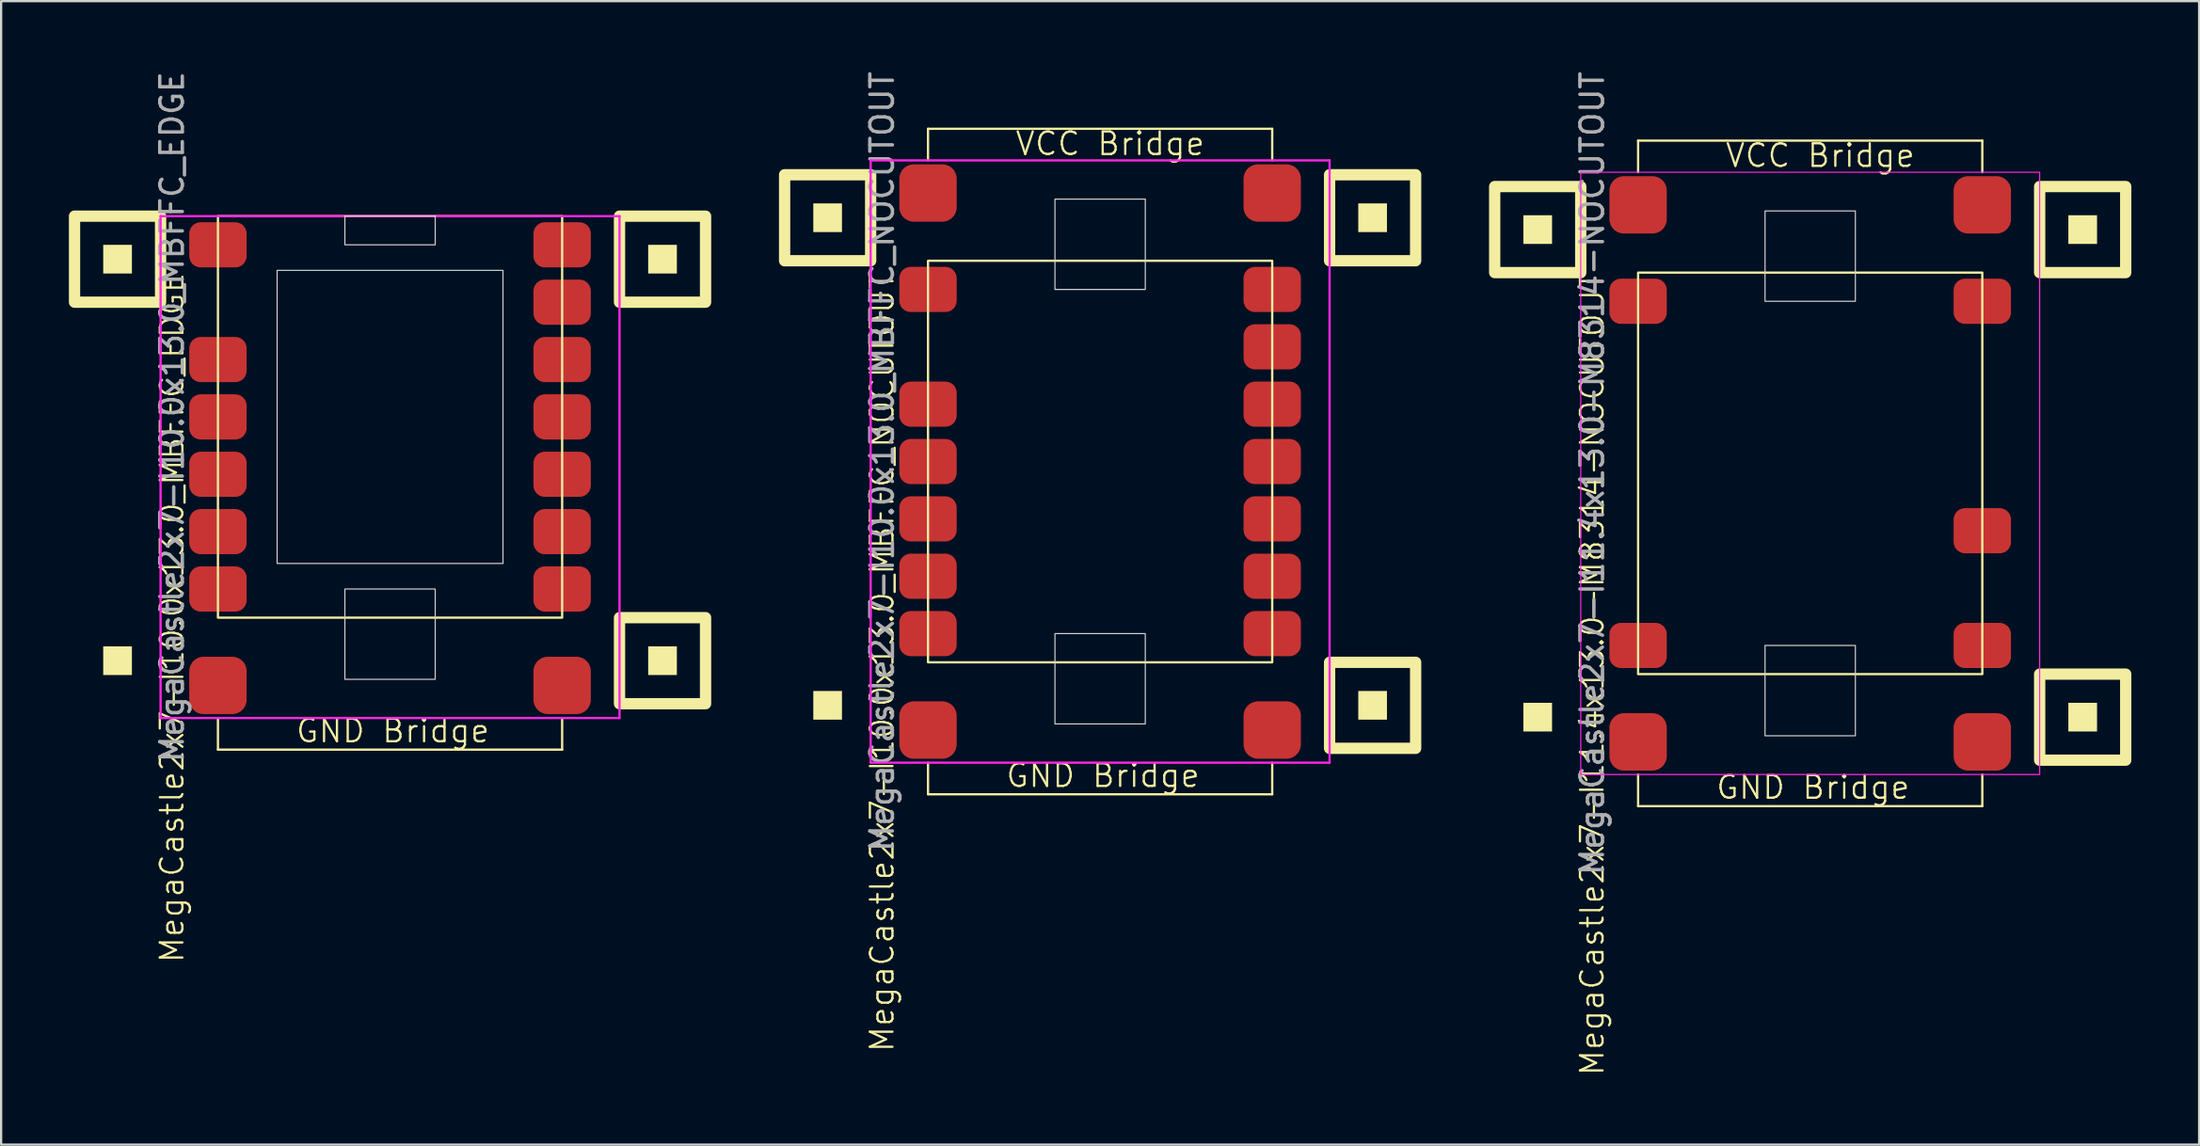
<source format=kicad_pcb>
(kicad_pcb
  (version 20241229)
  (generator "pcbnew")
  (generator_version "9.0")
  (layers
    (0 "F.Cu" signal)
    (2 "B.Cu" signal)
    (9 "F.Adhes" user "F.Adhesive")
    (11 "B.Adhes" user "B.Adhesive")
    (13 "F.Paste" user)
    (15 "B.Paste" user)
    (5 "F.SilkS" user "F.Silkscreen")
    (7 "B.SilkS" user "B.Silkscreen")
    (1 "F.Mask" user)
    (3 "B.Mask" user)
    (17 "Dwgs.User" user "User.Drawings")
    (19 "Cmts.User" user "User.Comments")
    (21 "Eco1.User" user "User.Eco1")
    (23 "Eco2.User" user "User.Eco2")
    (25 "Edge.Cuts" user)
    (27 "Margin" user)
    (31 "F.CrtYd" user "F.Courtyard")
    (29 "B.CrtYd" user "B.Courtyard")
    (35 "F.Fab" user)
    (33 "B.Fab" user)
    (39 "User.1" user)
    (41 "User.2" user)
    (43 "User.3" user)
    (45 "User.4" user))
  (footprint "MegaCastle2x7-I11.4x13.0-M8314-NOCUTOUT"
    (layer "F.Cu")
    (at 77.1 17.911)
    (property "Reference" "MegaCastle2x7-I11.4x13.0-M8314-NOCUTOUT" (at -9.652 8.89 90) (unlocked yes) (layer "F.SilkS") (effects (font (size 1 1) (thickness 0.1))))
    (attr smd)
    (fp_line (start -7.62 -14.735) (end 7.62 -14.735) (stroke (width 0.1) (type default)) (layer "F.SilkS"))
    (fp_line (start -7.62 -13.335) (end -7.62 -14.735) (stroke (width 0.1) (type default)) (layer "F.SilkS"))
    (fp_line (start -7.62 13.335) (end -7.62 14.735) (stroke (width 0.1) (type default)) (layer "F.SilkS"))
    (fp_line (start -7.62 14.735) (end 7.62 14.735) (stroke (width 0.1) (type default)) (layer "F.SilkS"))
    (fp_line (start 7.62 -13.335) (end 7.62 -14.735) (stroke (width 0.1) (type default)) (layer "F.SilkS"))
    (fp_line (start 7.62 13.335) (end 7.62 14.735) (stroke (width 0.1) (type default)) (layer "F.SilkS"))
    (fp_rect (start -11.43 -10.16) (end -12.7 -11.43) (stroke (width 0) (type solid)) (fill yes) (layer "F.SilkS"))
    (fp_rect (start -11.43 11.43) (end -12.7 10.16) (stroke (width 0) (type solid)) (fill yes) (layer "F.SilkS"))
    (fp_rect (start -10.16 -8.89) (end -13.97 -12.7) (stroke (width 0.5) (type default)) (fill no) (layer "F.SilkS"))
    (fp_rect (start -7.62 -8.89) (end 7.62 8.89) (stroke (width 0.1) (type default)) (fill no) (layer "F.SilkS"))
    (fp_rect (start 12.7 -10.16) (end 11.43 -11.43) (stroke (width 0) (type solid)) (fill yes) (layer "F.SilkS"))
    (fp_rect (start 12.7 11.43) (end 11.43 10.16) (stroke (width 0) (type solid)) (fill yes) (layer "F.SilkS"))
    (fp_rect (start 13.97 -8.89) (end 10.16 -12.7) (stroke (width 0.5) (type default)) (fill no) (layer "F.SilkS"))
    (fp_rect (start 13.97 12.7) (end 10.16 8.89) (stroke (width 0.5) (type default)) (fill no) (layer "F.SilkS"))
    (fp_rect (start -2 -7.62) (end 2 -11.62) (stroke (width 0.05) (type default)) (fill no) (layer "Edge.Cuts"))
    (fp_rect (start -2 7.62) (end 2 11.62) (stroke (width 0.05) (type default)) (fill no) (layer "Edge.Cuts"))
    (fp_line (start -10.16 -13.335) (end -10.16 13.335) (stroke (width 0.05) (type default)) (layer "F.CrtYd"))
    (fp_line (start -10.16 13.335) (end 10.16 13.335) (stroke (width 0.05) (type default)) (layer "F.CrtYd"))
    (fp_line (start 10.16 -13.335) (end -10.16 -13.335) (stroke (width 0.05) (type default)) (layer "F.CrtYd"))
    (fp_line (start 10.16 -13.335) (end 10.16 13.335) (stroke (width 0.05) (type default)) (layer "F.CrtYd"))
    (fp_text user "GND Bridge" (at -4.226 14.49 0) (unlocked yes) (layer "F.SilkS") (effects (font (size 1 1) (thickness 0.1)) (justify left bottom)))
    (fp_text user "VCC Bridge" (at -3.81 -13.49 0) (unlocked yes) (layer "F.SilkS") (effects (font (size 1 1) (thickness 0.1)) (justify left bottom)))
    (fp_text user "${REFERENCE}" (at -9.652 0 90) (unlocked yes) (layer "F.Fab") (effects (font (size 1 1) (thickness 0.15))))
    (pad "1" smd roundrect (at -7.62 -7.62) (size 2.54 2) (layers "F.Cu" "F.Mask" "F.Paste") (roundrect_rratio 0.25))
    (pad "7" smd roundrect (at -7.62 7.62) (size 2.54 2) (layers "F.Cu" "F.Mask" "F.Paste") (roundrect_rratio 0.25))
    (pad "8" smd roundrect (at 7.62 -7.62) (size 2.54 2) (layers "F.Cu" "F.Mask" "F.Paste") (roundrect_rratio 0.25))
    (pad "12" smd roundrect (at 7.62 2.54) (size 2.54 2) (layers "F.Cu" "F.Mask" "F.Paste") (roundrect_rratio 0.25))
    (pad "14" smd roundrect (at 7.62 7.62) (size 2.54 2) (layers "F.Cu" "F.Mask" "F.Paste") (roundrect_rratio 0.25))
    (pad "A1" smd roundrect (at -7.62 -11.89) (size 2.54 2.54) (layers "F.Cu" "F.Mask" "F.Paste") (roundrect_rratio 0.25))
    (pad "A2" smd roundrect (at 7.62 -11.89) (size 2.54 2.54) (layers "F.Cu" "F.Mask" "F.Paste") (roundrect_rratio 0.25))
    (pad "B1" smd roundrect (at -7.62 11.89) (size 2.54 2.54) (layers "F.Cu" "F.Mask" "F.Paste") (roundrect_rratio 0.25))
    (pad "B2" smd roundrect (at 7.62 11.89) (size 2.54 2.54) (layers "F.Cu" "F.Mask" "F.Paste") (roundrect_rratio 0.25)))
  (footprint "MegaCastle2x7-I10.0x13.0_MBFFC_EDGE"
    (layer "F.Cu")
    (at 14.22 15.411)
    (property "Reference" "MegaCastle2x7-I10.0x13.0_MBFFC_EDGE" (at -9.652 8.89 90) (unlocked yes) (layer "F.SilkS") (effects (font (size 1 1) (thickness 0.1))))
    (attr smd)
    (fp_line (start -7.62 13.335) (end -7.62 14.735) (stroke (width 0.1) (type default)) (layer "F.SilkS"))
    (fp_line (start -7.62 14.735) (end 7.62 14.735) (stroke (width 0.1) (type default)) (layer "F.SilkS"))
    (fp_line (start 7.62 13.335) (end 7.62 14.735) (stroke (width 0.1) (type default)) (layer "F.SilkS"))
    (fp_rect (start -11.43 -6.35) (end -12.7 -7.62) (stroke (width 0) (type solid)) (fill yes) (layer "F.SilkS"))
    (fp_rect (start -11.43 11.43) (end -12.7 10.16) (stroke (width 0) (type solid)) (fill yes) (layer "F.SilkS"))
    (fp_rect (start -10.16 -5.08) (end -13.97 -8.89) (stroke (width 0.5) (type default)) (fill no) (layer "F.SilkS"))
    (fp_rect (start -7.62 -8.89) (end 7.62 8.89) (stroke (width 0.1) (type default)) (fill no) (layer "F.SilkS"))
    (fp_rect (start 12.7 -6.35) (end 11.43 -7.62) (stroke (width 0) (type solid)) (fill yes) (layer "F.SilkS"))
    (fp_rect (start 12.7 11.43) (end 11.43 10.16) (stroke (width 0) (type solid)) (fill yes) (layer "F.SilkS"))
    (fp_rect (start 13.97 -5.08) (end 10.16 -8.89) (stroke (width 0.5) (type default)) (fill no) (layer "F.SilkS"))
    (fp_rect (start 13.97 12.7) (end 10.16 8.89) (stroke (width 0.5) (type default)) (fill no) (layer "F.SilkS"))
    (fp_rect (start -5 -6.49) (end 5 6.49) (stroke (width 0.05) (type default)) (fill no) (layer "Edge.Cuts"))
    (fp_rect (start -2 -7.62) (end 2 -8.89) (stroke (width 0.05) (type default)) (fill no) (layer "Edge.Cuts"))
    (fp_rect (start -2 7.62) (end 2 11.62) (stroke (width 0.05) (type default)) (fill no) (layer "Edge.Cuts"))
    (fp_line (start -10.16 -8.89) (end -10.16 13.335) (stroke (width 0.1) (type default)) (layer "F.CrtYd"))
    (fp_line (start -10.16 13.335) (end 10.16 13.335) (stroke (width 0.1) (type default)) (layer "F.CrtYd"))
    (fp_line (start 10.16 -8.89) (end -10.16 -8.89) (stroke (width 0.1) (type default)) (layer "F.CrtYd"))
    (fp_line (start 10.16 -8.89) (end 10.16 13.335) (stroke (width 0.1) (type default)) (layer "F.CrtYd"))
    (fp_text user "GND Bridge" (at -4.226 14.49 0) (unlocked yes) (layer "F.SilkS") (effects (font (size 1 1) (thickness 0.1)) (justify left bottom)))
    (fp_text user "${REFERENCE}" (at -9.652 0 90) (unlocked yes) (layer "F.Fab") (effects (font (size 1 1) (thickness 0.15))))
    (pad "1" smd roundrect (at -7.62 -7.62) (size 2.54 2) (layers "F.Cu" "F.Mask" "F.Paste") (roundrect_rratio 0.25))
    (pad "3" smd roundrect (at -7.62 -2.54) (size 2.54 2) (layers "F.Cu" "F.Mask" "F.Paste") (roundrect_rratio 0.25))
    (pad "4" smd roundrect (at -7.62 0) (size 2.54 2) (layers "F.Cu" "F.Mask" "F.Paste") (roundrect_rratio 0.25))
    (pad "5" smd roundrect (at -7.62 2.54) (size 2.54 2) (layers "F.Cu" "F.Mask" "F.Paste") (roundrect_rratio 0.25))
    (pad "6" smd roundrect (at -7.62 5.08) (size 2.54 2) (layers "F.Cu" "F.Mask" "F.Paste") (roundrect_rratio 0.25))
    (pad "7" smd roundrect (at -7.62 7.62) (size 2.54 2) (layers "F.Cu" "F.Mask" "F.Paste") (roundrect_rratio 0.25))
    (pad "8" smd roundrect (at 7.62 -7.62) (size 2.54 2) (layers "F.Cu" "F.Mask" "F.Paste") (roundrect_rratio 0.25))
    (pad "9" smd roundrect (at 7.62 -5.08) (size 2.54 2) (layers "F.Cu" "F.Mask" "F.Paste") (roundrect_rratio 0.25))
    (pad "10" smd roundrect (at 7.62 -2.54) (size 2.54 2) (layers "F.Cu" "F.Mask" "F.Paste") (roundrect_rratio 0.25))
    (pad "11" smd roundrect (at 7.62 0) (size 2.54 2) (layers "F.Cu" "F.Mask" "F.Paste") (roundrect_rratio 0.25))
    (pad "12" smd roundrect (at 7.62 2.54) (size 2.54 2) (layers "F.Cu" "F.Mask" "F.Paste") (roundrect_rratio 0.25))
    (pad "13" smd roundrect (at 7.62 5.08) (size 2.54 2) (layers "F.Cu" "F.Mask" "F.Paste") (roundrect_rratio 0.25))
    (pad "14" smd roundrect (at 7.62 7.62) (size 2.54 2) (layers "F.Cu" "F.Mask" "F.Paste") (roundrect_rratio 0.25))
    (pad "B1" smd roundrect (at -7.62 11.89) (size 2.54 2.54) (layers "F.Cu" "F.Mask" "F.Paste") (roundrect_rratio 0.25))
    (pad "B2" smd roundrect (at 7.62 11.89) (size 2.54 2.54) (layers "F.Cu" "F.Mask" "F.Paste") (roundrect_rratio 0.25)))
  (footprint "MegaCastle2x7-I10.0x13.0_MBFFC_NOCUTOUT"
    (layer "F.Cu")
    (at 45.66 17.387)
    (property "Reference" "MegaCastle2x7-I10.0x13.0_MBFFC_NOCUTOUT" (at -9.652 8.89 90) (unlocked yes) (layer "F.SilkS") (effects (font (size 1 1) (thickness 0.1))))
    (attr smd)
    (fp_line (start -7.62 -14.735) (end 7.62 -14.735) (stroke (width 0.1) (type default)) (layer "F.SilkS"))
    (fp_line (start -7.62 -13.335) (end -7.62 -14.735) (stroke (width 0.1) (type default)) (layer "F.SilkS"))
    (fp_line (start -7.62 13.335) (end -7.62 14.735) (stroke (width 0.1) (type default)) (layer "F.SilkS"))
    (fp_line (start -7.62 14.735) (end 7.62 14.735) (stroke (width 0.1) (type default)) (layer "F.SilkS"))
    (fp_line (start 7.62 -13.335) (end 7.62 -14.735) (stroke (width 0.1) (type default)) (layer "F.SilkS"))
    (fp_line (start 7.62 13.335) (end 7.62 14.735) (stroke (width 0.1) (type default)) (layer "F.SilkS"))
    (fp_rect (start -11.43 -10.16) (end -12.7 -11.43) (stroke (width 0) (type solid)) (fill yes) (layer "F.SilkS"))
    (fp_rect (start -11.43 11.43) (end -12.7 10.16) (stroke (width 0) (type solid)) (fill yes) (layer "F.SilkS"))
    (fp_rect (start -10.16 -8.89) (end -13.97 -12.7) (stroke (width 0.5) (type default)) (fill no) (layer "F.SilkS"))
    (fp_rect (start -7.62 -8.89) (end 7.62 8.89) (stroke (width 0.1) (type default)) (fill no) (layer "F.SilkS"))
    (fp_rect (start 12.7 -10.16) (end 11.43 -11.43) (stroke (width 0) (type solid)) (fill yes) (layer "F.SilkS"))
    (fp_rect (start 12.7 11.43) (end 11.43 10.16) (stroke (width 0) (type solid)) (fill yes) (layer "F.SilkS"))
    (fp_rect (start 13.97 -8.89) (end 10.16 -12.7) (stroke (width 0.5) (type default)) (fill no) (layer "F.SilkS"))
    (fp_rect (start 13.97 12.7) (end 10.16 8.89) (stroke (width 0.5) (type default)) (fill no) (layer "F.SilkS"))
    (fp_rect (start -2 -7.62) (end 2 -11.62) (stroke (width 0.05) (type default)) (fill no) (layer "Edge.Cuts"))
    (fp_rect (start -2 7.62) (end 2 11.62) (stroke (width 0.05) (type default)) (fill no) (layer "Edge.Cuts"))
    (fp_line (start -10.16 -13.335) (end -10.16 13.335) (stroke (width 0.1) (type default)) (layer "F.CrtYd"))
    (fp_line (start -10.16 13.335) (end 10.16 13.335) (stroke (width 0.1) (type default)) (layer "F.CrtYd"))
    (fp_line (start 10.16 -13.335) (end -10.16 -13.335) (stroke (width 0.1) (type default)) (layer "F.CrtYd"))
    (fp_line (start 10.16 -13.335) (end 10.16 13.335) (stroke (width 0.1) (type default)) (layer "F.CrtYd"))
    (fp_text user "VCC Bridge" (at -3.81 -13.49 0) (unlocked yes) (layer "F.SilkS") (effects (font (size 1 1) (thickness 0.1)) (justify left bottom)))
    (fp_text user "GND Bridge" (at -4.226 14.49 0) (unlocked yes) (layer "F.SilkS") (effects (font (size 1 1) (thickness 0.1)) (justify left bottom)))
    (fp_text user "${REFERENCE}" (at -9.652 0 90) (unlocked yes) (layer "F.Fab") (effects (font (size 1 1) (thickness 0.15))))
    (pad "1" smd roundrect (at -7.62 -7.62) (size 2.54 2) (layers "F.Cu" "F.Mask" "F.Paste") (roundrect_rratio 0.25))
    (pad "3" smd roundrect (at -7.62 -2.54) (size 2.54 2) (layers "F.Cu" "F.Mask" "F.Paste") (roundrect_rratio 0.25))
    (pad "4" smd roundrect (at -7.62 0) (size 2.54 2) (layers "F.Cu" "F.Mask" "F.Paste") (roundrect_rratio 0.25))
    (pad "5" smd roundrect (at -7.62 2.54) (size 2.54 2) (layers "F.Cu" "F.Mask" "F.Paste") (roundrect_rratio 0.25))
    (pad "6" smd roundrect (at -7.62 5.08) (size 2.54 2) (layers "F.Cu" "F.Mask" "F.Paste") (roundrect_rratio 0.25))
    (pad "7" smd roundrect (at -7.62 7.62) (size 2.54 2) (layers "F.Cu" "F.Mask" "F.Paste") (roundrect_rratio 0.25))
    (pad "8" smd roundrect (at 7.62 -7.62) (size 2.54 2) (layers "F.Cu" "F.Mask" "F.Paste") (roundrect_rratio 0.25))
    (pad "9" smd roundrect (at 7.62 -5.08) (size 2.54 2) (layers "F.Cu" "F.Mask" "F.Paste") (roundrect_rratio 0.25))
    (pad "10" smd roundrect (at 7.62 -2.54) (size 2.54 2) (layers "F.Cu" "F.Mask" "F.Paste") (roundrect_rratio 0.25))
    (pad "11" smd roundrect (at 7.62 0) (size 2.54 2) (layers "F.Cu" "F.Mask" "F.Paste") (roundrect_rratio 0.25))
    (pad "12" smd roundrect (at 7.62 2.54) (size 2.54 2) (layers "F.Cu" "F.Mask" "F.Paste") (roundrect_rratio 0.25))
    (pad "13" smd roundrect (at 7.62 5.08) (size 2.54 2) (layers "F.Cu" "F.Mask" "F.Paste") (roundrect_rratio 0.25))
    (pad "14" smd roundrect (at 7.62 7.62) (size 2.54 2) (layers "F.Cu" "F.Mask" "F.Paste") (roundrect_rratio 0.25))
    (pad "A1" smd roundrect (at -7.62 -11.89) (size 2.54 2.54) (layers "F.Cu" "F.Mask" "F.Paste") (roundrect_rratio 0.25))
    (pad "A2" smd roundrect (at 7.62 -11.89) (size 2.54 2.54) (layers "F.Cu" "F.Mask" "F.Paste") (roundrect_rratio 0.25))
    (pad "B1" smd roundrect (at -7.62 11.89) (size 2.54 2.54) (layers "F.Cu" "F.Mask" "F.Paste") (roundrect_rratio 0.25))
    (pad "B2" smd roundrect (at 7.62 11.89) (size 2.54 2.54) (layers "F.Cu" "F.Mask" "F.Paste") (roundrect_rratio 0.25)))
  (gr_rect
    (start -3 -3)
    (end 94.32 47.636)
    (stroke (width 0.1) (type default))
    (fill no)
    (layer "Edge.Cuts")))
</source>
